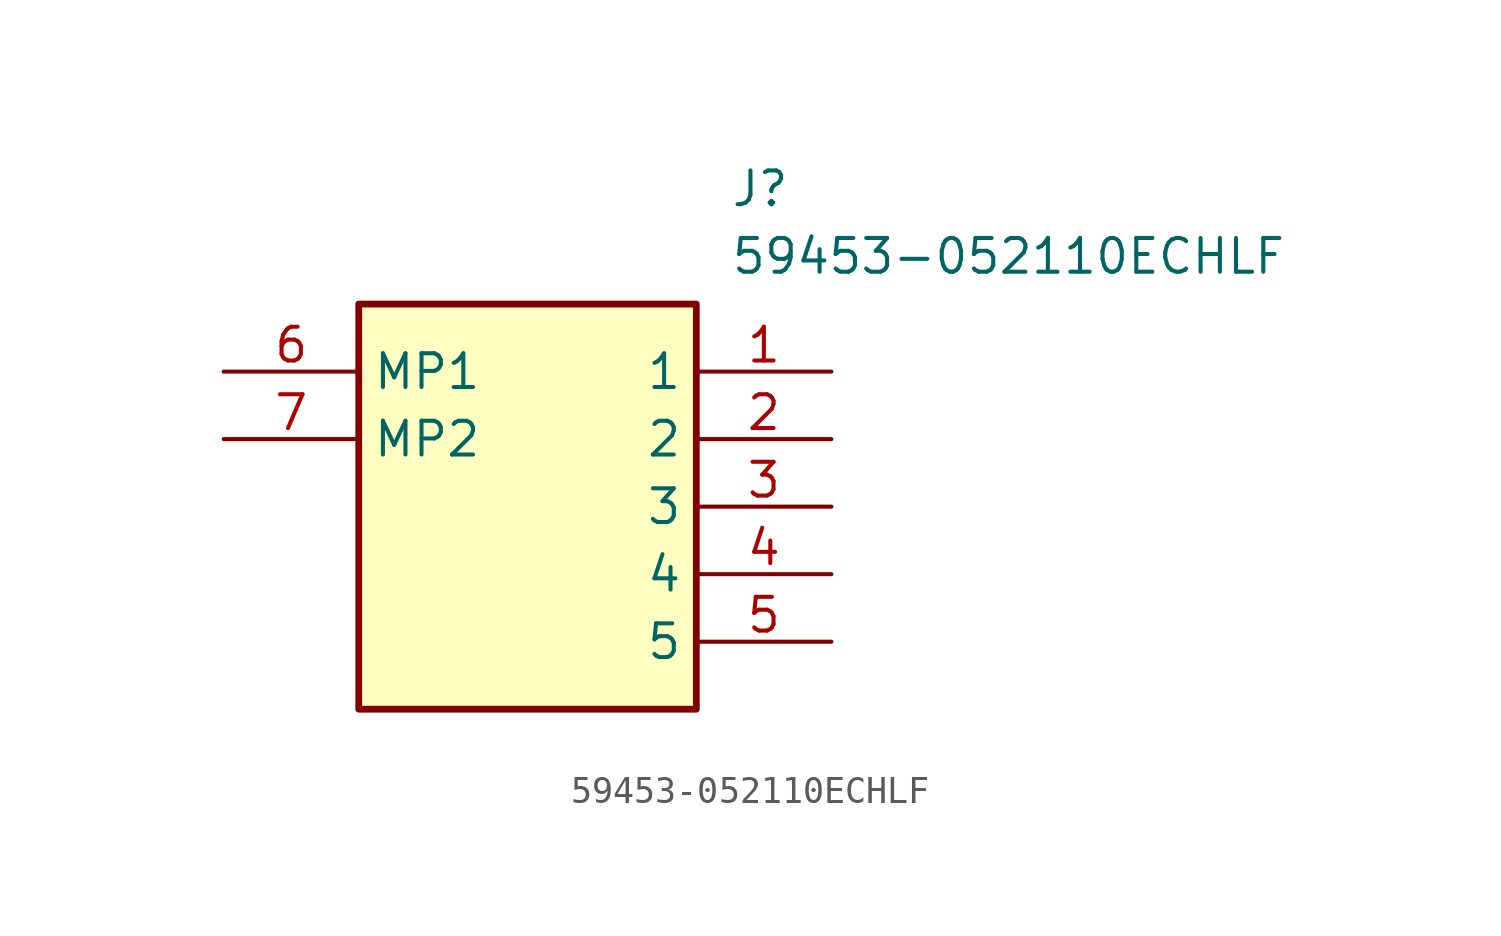
<source format=kicad_sym>
(kicad_symbol_lib
  (version 20211014)
  (generator SamacSys_ECAD_Model)
  (symbol "59453-052110ECHLF"
    (property "Reference" "J"
      (at 19.05 7.62 0)
      (effects (font (size 1.27 1.27)) (justify left top)))
    (property "Value" "59453-052110ECHLF"
      (at 19.05 5.08 0)
      (effects (font (size 1.27 1.27)) (justify left top)))
    (rectangle
      (start 5.08 2.54)
      (end 17.78 -12.7)
      (stroke (width 0.254) (type default))
      (fill (type background)))
    (pin passive line
      (at 22.86 0 180)
      (length 5.08)
      (name "1" (effects (font (size 1.27 1.27))))
      (number "1" (effects (font (size 1.27 1.27)))))
    (pin passive line
      (at 22.86 -2.54 180)
      (length 5.08)
      (name "2" (effects (font (size 1.27 1.27))))
      (number "2" (effects (font (size 1.27 1.27)))))
    (pin passive line
      (at 22.86 -5.08 180)
      (length 5.08)
      (name "3" (effects (font (size 1.27 1.27))))
      (number "3" (effects (font (size 1.27 1.27)))))
    (pin passive line
      (at 22.86 -7.62 180)
      (length 5.08)
      (name "4" (effects (font (size 1.27 1.27))))
      (number "4" (effects (font (size 1.27 1.27)))))
    (pin passive line
      (at 22.86 -10.16 180)
      (length 5.08)
      (name "5" (effects (font (size 1.27 1.27))))
      (number "5" (effects (font (size 1.27 1.27)))))
    (pin passive line
      (at 0 0 0)
      (length 5.08)
      (name "MP1" (effects (font (size 1.27 1.27))))
      (number "6" (effects (font (size 1.27 1.27)))))
    (pin passive line
      (at 0 -2.54 0)
      (length 5.08)
      (name "MP2" (effects (font (size 1.27 1.27))))
      (number "7" (effects (font (size 1.27 1.27)))))))
</source>
